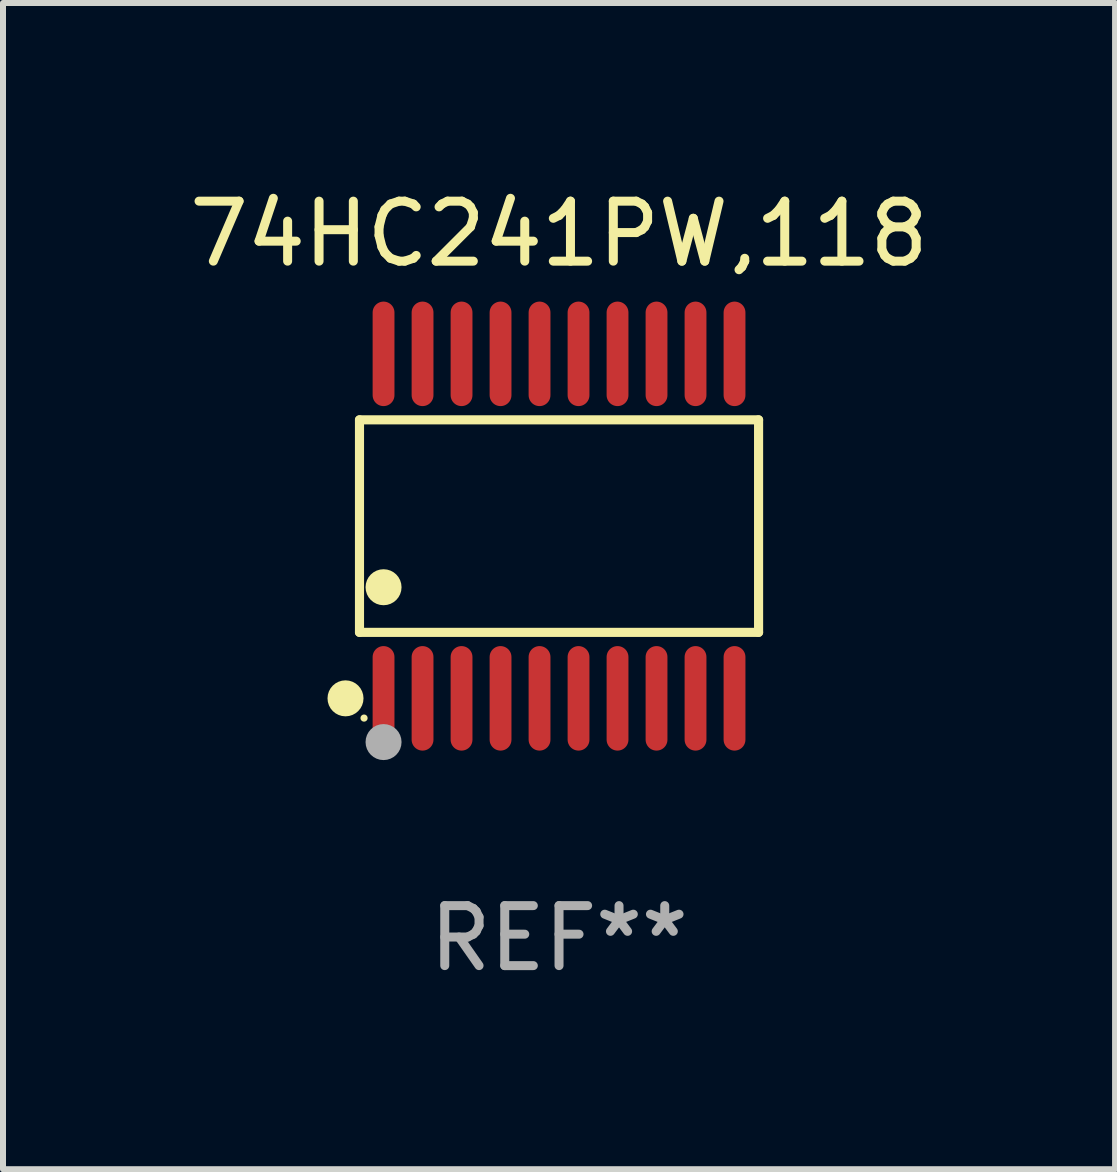
<source format=kicad_pcb>
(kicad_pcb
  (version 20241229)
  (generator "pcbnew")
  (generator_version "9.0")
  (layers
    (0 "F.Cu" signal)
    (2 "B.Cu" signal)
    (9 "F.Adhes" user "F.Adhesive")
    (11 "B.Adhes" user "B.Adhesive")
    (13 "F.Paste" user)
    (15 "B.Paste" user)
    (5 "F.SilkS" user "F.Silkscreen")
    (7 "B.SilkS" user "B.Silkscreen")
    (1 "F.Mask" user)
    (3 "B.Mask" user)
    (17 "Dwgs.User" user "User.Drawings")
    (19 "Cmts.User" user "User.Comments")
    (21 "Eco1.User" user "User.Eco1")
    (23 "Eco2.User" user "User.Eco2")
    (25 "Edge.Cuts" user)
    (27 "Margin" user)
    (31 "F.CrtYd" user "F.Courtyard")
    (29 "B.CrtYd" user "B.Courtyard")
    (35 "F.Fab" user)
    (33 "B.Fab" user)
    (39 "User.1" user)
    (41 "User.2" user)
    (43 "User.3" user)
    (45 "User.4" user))
  (footprint "74HC241PW,118"
    (layer "F.Cu")
    (at 6.268 5.719)
    (property "Reference" "74HC241PW,118" (at 0 -4.871 0) (layer "F.SilkS") (effects (font (size 1 1) (thickness 0.15))))
    (attr through_hole)
    (fp_line (start -3.326 -1.771) (end 3.326 -1.771) (stroke (width 0.152) (type solid)) (layer "F.SilkS"))
    (fp_line (start -3.326 1.771) (end -3.326 -1.771) (stroke (width 0.152) (type solid)) (layer "F.SilkS"))
    (fp_line (start 3.326 -1.771) (end 3.326 1.771) (stroke (width 0.152) (type solid)) (layer "F.SilkS"))
    (fp_line (start 3.326 1.771) (end -3.326 1.771) (stroke (width 0.152) (type solid)) (layer "F.SilkS"))
    (fp_circle (center -3.559 2.871) (end -3.409 2.871) (stroke (width 0.3) (type solid)) (fill no) (layer "F.SilkS"))
    (fp_circle (center -3.25 3.2) (end -3.22 3.2) (stroke (width 0.06) (type solid)) (fill no) (layer "F.SilkS"))
    (fp_circle (center -2.925 1.019) (end -2.775 1.019) (stroke (width 0.3) (type solid)) (fill no) (layer "F.SilkS"))
    (fp_circle (center -2.925 3.6) (end -2.775 3.6) (stroke (width 0.3) (type solid)) (fill no) (layer "F.Fab"))
    (fp_text user "REF**" (at 0 6.871 0) (layer "F.Fab") (effects (font (size 1 1) (thickness 0.15))))
    (pad "1" smd oval (at -2.925 2.871) (size 0.364 1.742) (layers "F.Cu" "F.Mask" "F.Paste"))
    (pad "2" smd oval (at -2.275 2.871) (size 0.364 1.742) (layers "F.Cu" "F.Mask" "F.Paste"))
    (pad "3" smd oval (at -1.625 2.871) (size 0.364 1.742) (layers "F.Cu" "F.Mask" "F.Paste"))
    (pad "4" smd oval (at -0.975 2.871) (size 0.364 1.742) (layers "F.Cu" "F.Mask" "F.Paste"))
    (pad "5" smd oval (at -0.325 2.871) (size 0.364 1.742) (layers "F.Cu" "F.Mask" "F.Paste"))
    (pad "6" smd oval (at 0.325 2.871) (size 0.364 1.742) (layers "F.Cu" "F.Mask" "F.Paste"))
    (pad "7" smd oval (at 0.975 2.871) (size 0.364 1.742) (layers "F.Cu" "F.Mask" "F.Paste"))
    (pad "8" smd oval (at 1.625 2.871) (size 0.364 1.742) (layers "F.Cu" "F.Mask" "F.Paste"))
    (pad "9" smd oval (at 2.275 2.871) (size 0.364 1.742) (layers "F.Cu" "F.Mask" "F.Paste"))
    (pad "10" smd oval (at 2.925 2.871) (size 0.364 1.742) (layers "F.Cu" "F.Mask" "F.Paste"))
    (pad "11" smd oval (at 2.925 -2.871) (size 0.364 1.742) (layers "F.Cu" "F.Mask" "F.Paste"))
    (pad "12" smd oval (at 2.275 -2.871) (size 0.364 1.742) (layers "F.Cu" "F.Mask" "F.Paste"))
    (pad "13" smd oval (at 1.625 -2.871) (size 0.364 1.742) (layers "F.Cu" "F.Mask" "F.Paste"))
    (pad "14" smd oval (at 0.975 -2.871) (size 0.364 1.742) (layers "F.Cu" "F.Mask" "F.Paste"))
    (pad "15" smd oval (at 0.325 -2.871) (size 0.364 1.742) (layers "F.Cu" "F.Mask" "F.Paste"))
    (pad "16" smd oval (at -0.325 -2.871) (size 0.364 1.742) (layers "F.Cu" "F.Mask" "F.Paste"))
    (pad "17" smd oval (at -0.975 -2.871) (size 0.364 1.742) (layers "F.Cu" "F.Mask" "F.Paste"))
    (pad "18" smd oval (at -1.625 -2.871) (size 0.364 1.742) (layers "F.Cu" "F.Mask" "F.Paste"))
    (pad "19" smd oval (at -2.275 -2.871) (size 0.364 1.742) (layers "F.Cu" "F.Mask" "F.Paste"))
    (pad "20" smd oval (at -2.925 -2.871) (size 0.364 1.742) (layers "F.Cu" "F.Mask" "F.Paste")))
  (gr_rect
    (start -3 -3)
    (end 15.536 16.438)
    (stroke (width 0.1) (type default))
    (fill no)
    (layer "Edge.Cuts")))
</source>
